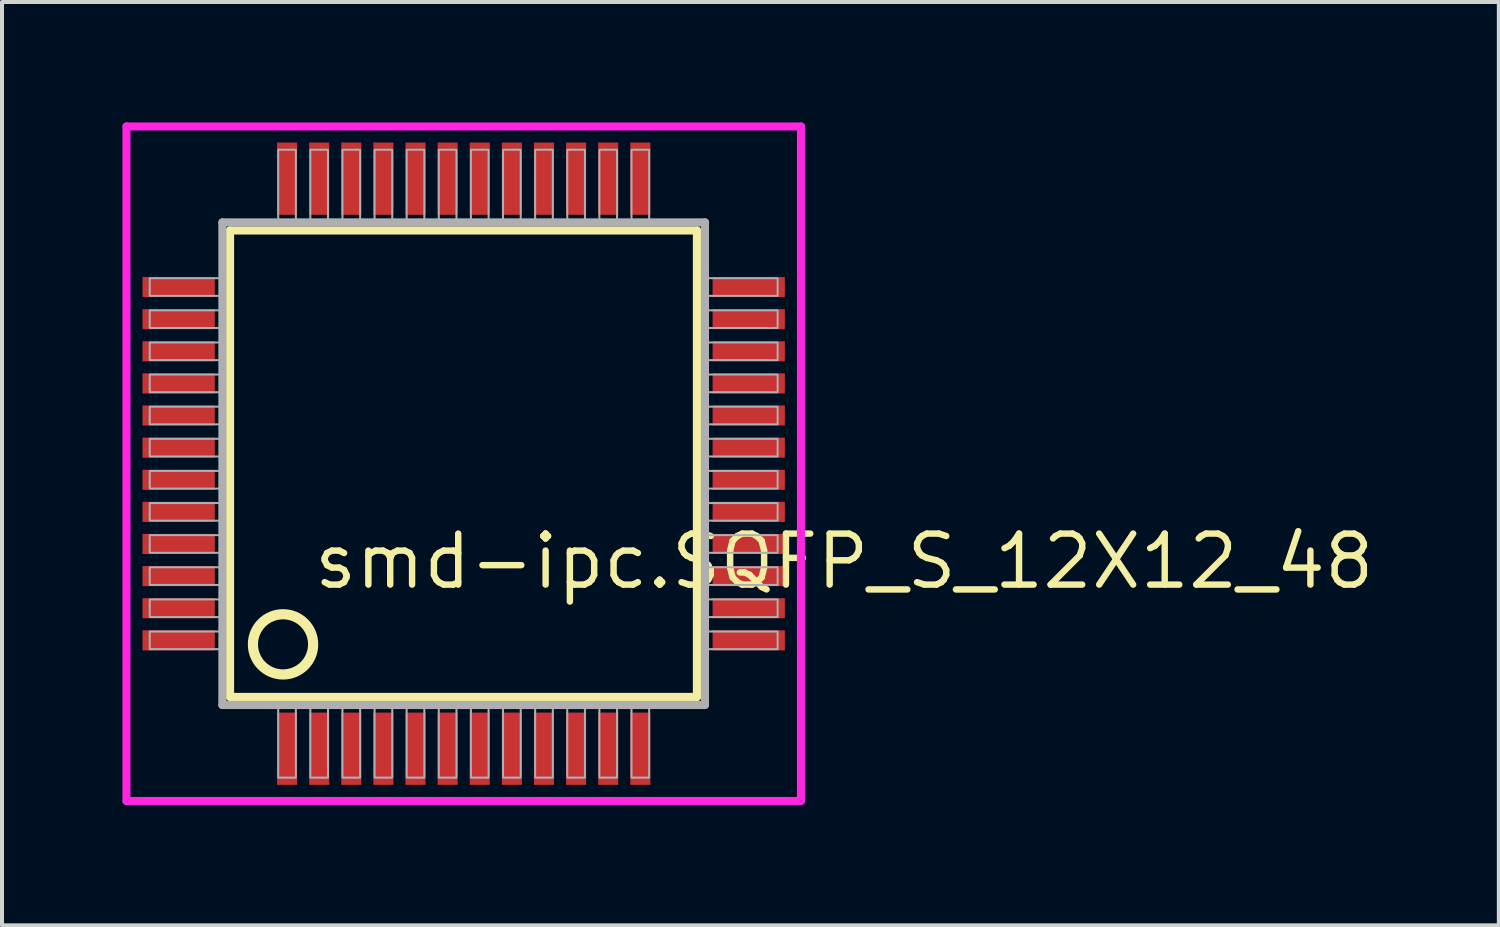
<source format=kicad_pcb>
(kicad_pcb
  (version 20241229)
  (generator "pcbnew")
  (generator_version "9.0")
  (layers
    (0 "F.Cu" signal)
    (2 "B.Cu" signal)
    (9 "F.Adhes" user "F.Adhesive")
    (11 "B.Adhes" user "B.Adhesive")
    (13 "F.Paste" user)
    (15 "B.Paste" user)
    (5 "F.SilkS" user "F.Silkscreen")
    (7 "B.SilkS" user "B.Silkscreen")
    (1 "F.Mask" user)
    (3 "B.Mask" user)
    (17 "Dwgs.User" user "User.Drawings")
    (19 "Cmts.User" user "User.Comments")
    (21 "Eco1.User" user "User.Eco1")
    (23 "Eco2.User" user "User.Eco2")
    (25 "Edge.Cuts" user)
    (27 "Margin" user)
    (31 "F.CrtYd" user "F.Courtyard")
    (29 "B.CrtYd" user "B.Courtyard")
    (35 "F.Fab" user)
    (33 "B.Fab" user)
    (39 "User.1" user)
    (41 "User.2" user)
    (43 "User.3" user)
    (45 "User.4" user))
  (footprint "smd-ipc.SQFP_S_12X12_48"
    (layer "F.Cu")
    (at 8.5 8.5)
    (property "Reference" "smd-ipc.SQFP_S_12X12_48" (at -3.81 3.175 0) (layer "F.SilkS") (effects (font (size 1.27 1.27) (thickness 0.16)) (justify left bottom)))
    (attr smd)
    (fp_line (start -5.82 -5.81) (end 5.81 -5.81) (stroke (width 0.203) (type default)) (layer "F.SilkS"))
    (fp_line (start -5.82 5.81) (end -5.82 -5.81) (stroke (width 0.203) (type default)) (layer "F.SilkS"))
    (fp_line (start 5.81 -5.81) (end 5.81 5.81) (stroke (width 0.203) (type default)) (layer "F.SilkS"))
    (fp_line (start 5.81 5.81) (end -5.82 5.81) (stroke (width 0.203) (type default)) (layer "F.SilkS"))
    (fp_circle (center -4.5 4.5) (end -3.75 4.5) (stroke (width 0.254) (type default)) (fill no) (layer "F.SilkS"))
    (fp_line (start -8.4 -8.4) (end 8.4 -8.4) (stroke (width 0.2) (type default)) (layer "F.CrtYd"))
    (fp_line (start -8.4 8.4) (end -8.4 -8.4) (stroke (width 0.2) (type default)) (layer "F.CrtYd"))
    (fp_line (start 8.4 -8.4) (end 8.4 8.4) (stroke (width 0.2) (type default)) (layer "F.CrtYd"))
    (fp_line (start 8.4 8.4) (end -8.4 8.4) (stroke (width 0.2) (type default)) (layer "F.CrtYd"))
    (fp_line (start -6.01 -6.01) (end -6.01 6.01) (stroke (width 0.203) (type default)) (layer "F.Fab"))
    (fp_line (start -6.01 6.01) (end 6.01 6.01) (stroke (width 0.203) (type default)) (layer "F.Fab"))
    (fp_line (start 6.01 -6.01) (end -6.01 -6.01) (stroke (width 0.203) (type default)) (layer "F.Fab"))
    (fp_line (start 6.01 6.01) (end 6.01 -6.01) (stroke (width 0.203) (type default)) (layer "F.Fab"))
    (fp_rect (start -7.82 -4.18) (end -6.05 -4.62) (stroke (width 0.05) (type default)) (fill no) (layer "F.Fab"))
    (fp_rect (start -7.82 -3.38) (end -6.05 -3.82) (stroke (width 0.05) (type default)) (fill no) (layer "F.Fab"))
    (fp_rect (start -7.82 -2.58) (end -6.05 -3.02) (stroke (width 0.05) (type default)) (fill no) (layer "F.Fab"))
    (fp_rect (start -7.82 -1.78) (end -6.05 -2.22) (stroke (width 0.05) (type default)) (fill no) (layer "F.Fab"))
    (fp_rect (start -7.82 -0.98) (end -6.05 -1.42) (stroke (width 0.05) (type default)) (fill no) (layer "F.Fab"))
    (fp_rect (start -7.82 -0.18) (end -6.05 -0.62) (stroke (width 0.05) (type default)) (fill no) (layer "F.Fab"))
    (fp_rect (start -7.82 0.62) (end -6.05 0.18) (stroke (width 0.05) (type default)) (fill no) (layer "F.Fab"))
    (fp_rect (start -7.82 1.42) (end -6.05 0.98) (stroke (width 0.05) (type default)) (fill no) (layer "F.Fab"))
    (fp_rect (start -7.82 2.22) (end -6.05 1.78) (stroke (width 0.05) (type default)) (fill no) (layer "F.Fab"))
    (fp_rect (start -7.82 3.02) (end -6.05 2.58) (stroke (width 0.05) (type default)) (fill no) (layer "F.Fab"))
    (fp_rect (start -7.82 3.82) (end -6.05 3.38) (stroke (width 0.05) (type default)) (fill no) (layer "F.Fab"))
    (fp_rect (start -7.82 4.62) (end -6.05 4.18) (stroke (width 0.05) (type default)) (fill no) (layer "F.Fab"))
    (fp_rect (start -4.62 -6.05) (end -4.18 -7.82) (stroke (width 0.05) (type default)) (fill no) (layer "F.Fab"))
    (fp_rect (start -4.62 7.82) (end -4.18 6.05) (stroke (width 0.05) (type default)) (fill no) (layer "F.Fab"))
    (fp_rect (start -3.82 -6.05) (end -3.38 -7.82) (stroke (width 0.05) (type default)) (fill no) (layer "F.Fab"))
    (fp_rect (start -3.82 7.82) (end -3.38 6.05) (stroke (width 0.05) (type default)) (fill no) (layer "F.Fab"))
    (fp_rect (start -3.02 -6.05) (end -2.58 -7.82) (stroke (width 0.05) (type default)) (fill no) (layer "F.Fab"))
    (fp_rect (start -3.02 7.82) (end -2.58 6.05) (stroke (width 0.05) (type default)) (fill no) (layer "F.Fab"))
    (fp_rect (start -2.22 -6.05) (end -1.78 -7.82) (stroke (width 0.05) (type default)) (fill no) (layer "F.Fab"))
    (fp_rect (start -2.22 7.82) (end -1.78 6.05) (stroke (width 0.05) (type default)) (fill no) (layer "F.Fab"))
    (fp_rect (start -1.42 -6.05) (end -0.98 -7.82) (stroke (width 0.05) (type default)) (fill no) (layer "F.Fab"))
    (fp_rect (start -1.42 7.82) (end -0.98 6.05) (stroke (width 0.05) (type default)) (fill no) (layer "F.Fab"))
    (fp_rect (start -0.62 -6.05) (end -0.18 -7.82) (stroke (width 0.05) (type default)) (fill no) (layer "F.Fab"))
    (fp_rect (start -0.62 7.82) (end -0.18 6.05) (stroke (width 0.05) (type default)) (fill no) (layer "F.Fab"))
    (fp_rect (start 0.18 -6.05) (end 0.62 -7.82) (stroke (width 0.05) (type default)) (fill no) (layer "F.Fab"))
    (fp_rect (start 0.18 7.82) (end 0.62 6.05) (stroke (width 0.05) (type default)) (fill no) (layer "F.Fab"))
    (fp_rect (start 0.98 -6.05) (end 1.42 -7.82) (stroke (width 0.05) (type default)) (fill no) (layer "F.Fab"))
    (fp_rect (start 0.98 7.82) (end 1.42 6.05) (stroke (width 0.05) (type default)) (fill no) (layer "F.Fab"))
    (fp_rect (start 1.78 -6.05) (end 2.22 -7.82) (stroke (width 0.05) (type default)) (fill no) (layer "F.Fab"))
    (fp_rect (start 1.78 7.82) (end 2.22 6.05) (stroke (width 0.05) (type default)) (fill no) (layer "F.Fab"))
    (fp_rect (start 2.58 -6.05) (end 3.02 -7.82) (stroke (width 0.05) (type default)) (fill no) (layer "F.Fab"))
    (fp_rect (start 2.58 7.82) (end 3.02 6.05) (stroke (width 0.05) (type default)) (fill no) (layer "F.Fab"))
    (fp_rect (start 3.38 -6.05) (end 3.82 -7.82) (stroke (width 0.05) (type default)) (fill no) (layer "F.Fab"))
    (fp_rect (start 3.38 7.82) (end 3.82 6.05) (stroke (width 0.05) (type default)) (fill no) (layer "F.Fab"))
    (fp_rect (start 4.18 -6.05) (end 4.62 -7.82) (stroke (width 0.05) (type default)) (fill no) (layer "F.Fab"))
    (fp_rect (start 4.18 7.82) (end 4.62 6.05) (stroke (width 0.05) (type default)) (fill no) (layer "F.Fab"))
    (fp_rect (start 6.05 -4.18) (end 7.82 -4.62) (stroke (width 0.05) (type default)) (fill no) (layer "F.Fab"))
    (fp_rect (start 6.05 -3.38) (end 7.82 -3.82) (stroke (width 0.05) (type default)) (fill no) (layer "F.Fab"))
    (fp_rect (start 6.05 -2.58) (end 7.82 -3.02) (stroke (width 0.05) (type default)) (fill no) (layer "F.Fab"))
    (fp_rect (start 6.05 -1.78) (end 7.82 -2.22) (stroke (width 0.05) (type default)) (fill no) (layer "F.Fab"))
    (fp_rect (start 6.05 -0.98) (end 7.82 -1.42) (stroke (width 0.05) (type default)) (fill no) (layer "F.Fab"))
    (fp_rect (start 6.05 -0.18) (end 7.82 -0.62) (stroke (width 0.05) (type default)) (fill no) (layer "F.Fab"))
    (fp_rect (start 6.05 0.62) (end 7.82 0.18) (stroke (width 0.05) (type default)) (fill no) (layer "F.Fab"))
    (fp_rect (start 6.05 1.42) (end 7.82 0.98) (stroke (width 0.05) (type default)) (fill no) (layer "F.Fab"))
    (fp_rect (start 6.05 2.22) (end 7.82 1.78) (stroke (width 0.05) (type default)) (fill no) (layer "F.Fab"))
    (fp_rect (start 6.05 3.02) (end 7.82 2.58) (stroke (width 0.05) (type default)) (fill no) (layer "F.Fab"))
    (fp_rect (start 6.05 3.82) (end 7.82 3.38) (stroke (width 0.05) (type default)) (fill no) (layer "F.Fab"))
    (fp_rect (start 6.05 4.62) (end 7.82 4.18) (stroke (width 0.05) (type default)) (fill no) (layer "F.Fab"))
    (pad "1" smd roundrect (at -4.4 7.1) (size 0.5 1.8) (layers "F.Cu" "F.Mask" "F.Paste") (roundrect_rratio 0.01))
    (pad "2" smd roundrect (at -3.6 7.1) (size 0.5 1.8) (layers "F.Cu" "F.Mask" "F.Paste") (roundrect_rratio 0.01))
    (pad "3" smd roundrect (at -2.8 7.1) (size 0.5 1.8) (layers "F.Cu" "F.Mask" "F.Paste") (roundrect_rratio 0.01))
    (pad "4" smd roundrect (at -2 7.1) (size 0.5 1.8) (layers "F.Cu" "F.Mask" "F.Paste") (roundrect_rratio 0.01))
    (pad "5" smd roundrect (at -1.2 7.1) (size 0.5 1.8) (layers "F.Cu" "F.Mask" "F.Paste") (roundrect_rratio 0.01))
    (pad "6" smd roundrect (at -0.4 7.1) (size 0.5 1.8) (layers "F.Cu" "F.Mask" "F.Paste") (roundrect_rratio 0.01))
    (pad "7" smd roundrect (at 0.4 7.1) (size 0.5 1.8) (layers "F.Cu" "F.Mask" "F.Paste") (roundrect_rratio 0.01))
    (pad "8" smd roundrect (at 1.2 7.1) (size 0.5 1.8) (layers "F.Cu" "F.Mask" "F.Paste") (roundrect_rratio 0.01))
    (pad "9" smd roundrect (at 2 7.1) (size 0.5 1.8) (layers "F.Cu" "F.Mask" "F.Paste") (roundrect_rratio 0.01))
    (pad "10" smd roundrect (at 2.8 7.1) (size 0.5 1.8) (layers "F.Cu" "F.Mask" "F.Paste") (roundrect_rratio 0.01))
    (pad "11" smd roundrect (at 3.6 7.1) (size 0.5 1.8) (layers "F.Cu" "F.Mask" "F.Paste") (roundrect_rratio 0.01))
    (pad "12" smd roundrect (at 4.4 7.1) (size 0.5 1.8) (layers "F.Cu" "F.Mask" "F.Paste") (roundrect_rratio 0.01))
    (pad "13" smd roundrect (at 7.1 4.4) (size 1.8 0.5) (layers "F.Cu" "F.Mask" "F.Paste") (roundrect_rratio 0.01))
    (pad "14" smd roundrect (at 7.1 3.6) (size 1.8 0.5) (layers "F.Cu" "F.Mask" "F.Paste") (roundrect_rratio 0.01))
    (pad "15" smd roundrect (at 7.1 2.8) (size 1.8 0.5) (layers "F.Cu" "F.Mask" "F.Paste") (roundrect_rratio 0.01))
    (pad "16" smd roundrect (at 7.1 2) (size 1.8 0.5) (layers "F.Cu" "F.Mask" "F.Paste") (roundrect_rratio 0.01))
    (pad "17" smd roundrect (at 7.1 1.2) (size 1.8 0.5) (layers "F.Cu" "F.Mask" "F.Paste") (roundrect_rratio 0.01))
    (pad "18" smd roundrect (at 7.1 0.4) (size 1.8 0.5) (layers "F.Cu" "F.Mask" "F.Paste") (roundrect_rratio 0.01))
    (pad "19" smd roundrect (at 7.1 -0.4) (size 1.8 0.5) (layers "F.Cu" "F.Mask" "F.Paste") (roundrect_rratio 0.01))
    (pad "20" smd roundrect (at 7.1 -1.2) (size 1.8 0.5) (layers "F.Cu" "F.Mask" "F.Paste") (roundrect_rratio 0.01))
    (pad "21" smd roundrect (at 7.1 -2) (size 1.8 0.5) (layers "F.Cu" "F.Mask" "F.Paste") (roundrect_rratio 0.01))
    (pad "22" smd roundrect (at 7.1 -2.8) (size 1.8 0.5) (layers "F.Cu" "F.Mask" "F.Paste") (roundrect_rratio 0.01))
    (pad "23" smd roundrect (at 7.1 -3.6) (size 1.8 0.5) (layers "F.Cu" "F.Mask" "F.Paste") (roundrect_rratio 0.01))
    (pad "24" smd roundrect (at 7.1 -4.4) (size 1.8 0.5) (layers "F.Cu" "F.Mask" "F.Paste") (roundrect_rratio 0.01))
    (pad "25" smd roundrect (at 4.4 -7.1) (size 0.5 1.8) (layers "F.Cu" "F.Mask" "F.Paste") (roundrect_rratio 0.01))
    (pad "26" smd roundrect (at 3.6 -7.1) (size 0.5 1.8) (layers "F.Cu" "F.Mask" "F.Paste") (roundrect_rratio 0.01))
    (pad "27" smd roundrect (at 2.8 -7.1) (size 0.5 1.8) (layers "F.Cu" "F.Mask" "F.Paste") (roundrect_rratio 0.01))
    (pad "28" smd roundrect (at 2 -7.1) (size 0.5 1.8) (layers "F.Cu" "F.Mask" "F.Paste") (roundrect_rratio 0.01))
    (pad "29" smd roundrect (at 1.2 -7.1) (size 0.5 1.8) (layers "F.Cu" "F.Mask" "F.Paste") (roundrect_rratio 0.01))
    (pad "30" smd roundrect (at 0.4 -7.1) (size 0.5 1.8) (layers "F.Cu" "F.Mask" "F.Paste") (roundrect_rratio 0.01))
    (pad "31" smd roundrect (at -0.4 -7.1) (size 0.5 1.8) (layers "F.Cu" "F.Mask" "F.Paste") (roundrect_rratio 0.01))
    (pad "32" smd roundrect (at -1.2 -7.1) (size 0.5 1.8) (layers "F.Cu" "F.Mask" "F.Paste") (roundrect_rratio 0.01))
    (pad "33" smd roundrect (at -2 -7.1) (size 0.5 1.8) (layers "F.Cu" "F.Mask" "F.Paste") (roundrect_rratio 0.01))
    (pad "34" smd roundrect (at -2.8 -7.1) (size 0.5 1.8) (layers "F.Cu" "F.Mask" "F.Paste") (roundrect_rratio 0.01))
    (pad "35" smd roundrect (at -3.6 -7.1) (size 0.5 1.8) (layers "F.Cu" "F.Mask" "F.Paste") (roundrect_rratio 0.01))
    (pad "36" smd roundrect (at -4.4 -7.1) (size 0.5 1.8) (layers "F.Cu" "F.Mask" "F.Paste") (roundrect_rratio 0.01))
    (pad "37" smd roundrect (at -7.1 -4.4) (size 1.8 0.5) (layers "F.Cu" "F.Mask" "F.Paste") (roundrect_rratio 0.01))
    (pad "38" smd roundrect (at -7.1 -3.6) (size 1.8 0.5) (layers "F.Cu" "F.Mask" "F.Paste") (roundrect_rratio 0.01))
    (pad "39" smd roundrect (at -7.1 -2.8) (size 1.8 0.5) (layers "F.Cu" "F.Mask" "F.Paste") (roundrect_rratio 0.01))
    (pad "40" smd roundrect (at -7.1 -2) (size 1.8 0.5) (layers "F.Cu" "F.Mask" "F.Paste") (roundrect_rratio 0.01))
    (pad "41" smd roundrect (at -7.1 -1.2) (size 1.8 0.5) (layers "F.Cu" "F.Mask" "F.Paste") (roundrect_rratio 0.01))
    (pad "42" smd roundrect (at -7.1 -0.4) (size 1.8 0.5) (layers "F.Cu" "F.Mask" "F.Paste") (roundrect_rratio 0.01))
    (pad "43" smd roundrect (at -7.1 0.4) (size 1.8 0.5) (layers "F.Cu" "F.Mask" "F.Paste") (roundrect_rratio 0.01))
    (pad "44" smd roundrect (at -7.1 1.2) (size 1.8 0.5) (layers "F.Cu" "F.Mask" "F.Paste") (roundrect_rratio 0.01))
    (pad "45" smd roundrect (at -7.1 2) (size 1.8 0.5) (layers "F.Cu" "F.Mask" "F.Paste") (roundrect_rratio 0.01))
    (pad "46" smd roundrect (at -7.1 2.8) (size 1.8 0.5) (layers "F.Cu" "F.Mask" "F.Paste") (roundrect_rratio 0.01))
    (pad "47" smd roundrect (at -7.1 3.6) (size 1.8 0.5) (layers "F.Cu" "F.Mask" "F.Paste") (roundrect_rratio 0.01))
    (pad "48" smd roundrect (at -7.1 4.4) (size 1.8 0.5) (layers "F.Cu" "F.Mask" "F.Paste") (roundrect_rratio 0.01)))
  (gr_rect
    (start -3 -3)
    (end 34.284 20)
    (stroke (width 0.1) (type default))
    (fill no)
    (layer "Edge.Cuts")))
</source>
